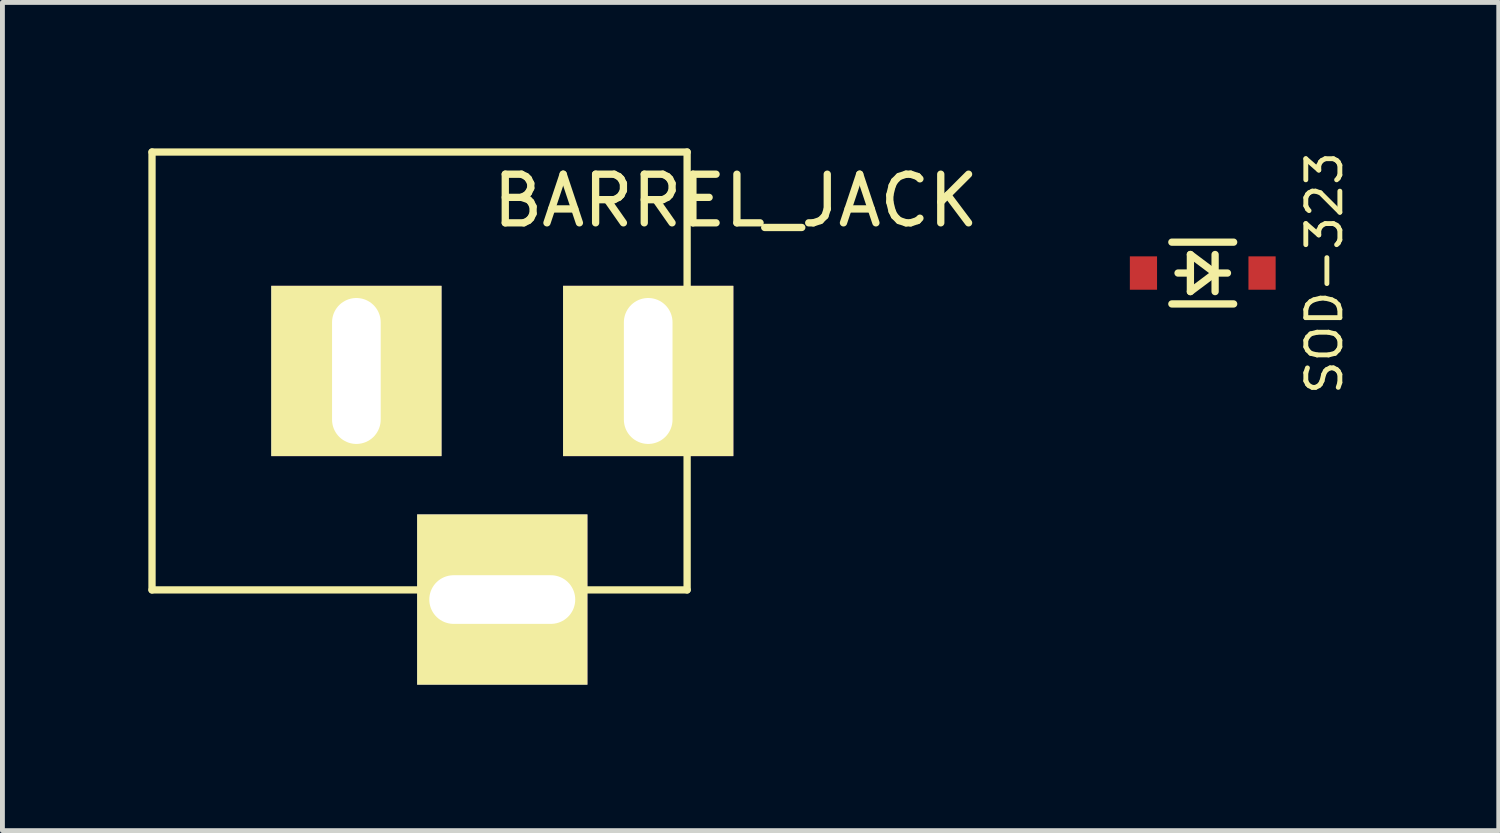
<source format=kicad_pcb>
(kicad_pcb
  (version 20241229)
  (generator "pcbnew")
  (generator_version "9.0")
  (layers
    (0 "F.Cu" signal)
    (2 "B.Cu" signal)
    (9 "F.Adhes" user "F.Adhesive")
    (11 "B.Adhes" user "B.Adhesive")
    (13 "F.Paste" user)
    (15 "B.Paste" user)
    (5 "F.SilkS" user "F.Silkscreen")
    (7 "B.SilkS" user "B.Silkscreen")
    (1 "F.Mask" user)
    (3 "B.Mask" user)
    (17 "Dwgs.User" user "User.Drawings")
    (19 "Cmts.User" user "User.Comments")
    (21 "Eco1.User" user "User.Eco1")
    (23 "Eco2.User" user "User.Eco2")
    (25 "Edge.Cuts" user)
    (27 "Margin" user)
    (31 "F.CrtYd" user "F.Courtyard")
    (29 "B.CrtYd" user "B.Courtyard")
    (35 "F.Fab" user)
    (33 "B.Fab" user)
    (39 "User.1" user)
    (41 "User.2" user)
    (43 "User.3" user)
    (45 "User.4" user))
  (footprint "BARREL_JACK"
    (layer "F.Cu")
    (at 4.075 4.576)
    (property "Reference" "BARREL_JACK" (at 8 -3.5 0) (layer "F.SilkS") (effects (font (size 1 1) (thickness 0.15))))
    (attr through_hole)
    (fp_line (start -4 -4.501) (end -4 4.501) (stroke (width 0.15) (type solid)) (layer "F.SilkS"))
    (fp_line (start -4 4.501) (end 7 4.501) (stroke (width 0.15) (type solid)) (layer "F.SilkS"))
    (fp_line (start 7 -4.501) (end -4 -4.501) (stroke (width 0.15) (type solid)) (layer "F.SilkS"))
    (fp_line (start 7 4.501) (end 7 -4.501) (stroke (width 0.15) (type solid)) (layer "F.SilkS"))
    (pad "1" thru_hole rect (at 6.2 0) (size 3.5 3.5) (drill oval 1 3) (layers "*.Cu" "*.Mask" "F.SilkS"))
    (pad "2" thru_hole rect (at 0.201 0) (size 3.5 3.5) (drill oval 1 3) (layers "*.Cu" "*.Mask" "F.SilkS"))
    (pad "3" thru_hole rect (at 3.2 4.699) (size 3.5 3.5) (drill oval 3 1) (layers "*.Cu" "*.Mask" "F.SilkS")))
  (footprint "SOD-323"
    (layer "F.Cu")
    (at 21.675 2.563)
    (property "Reference" "SOD-323" (at 2.5 0 270) (layer "F.SilkS") (effects (font (size 0.7 0.7) (thickness 0.1))))
    (attr through_hole)
    (fp_line (start -0.635 -0.635) (end 0.635 -0.635) (stroke (width 0.15) (type solid)) (layer "F.SilkS"))
    (fp_line (start -0.635 0.635) (end 0.635 0.635) (stroke (width 0.15) (type solid)) (layer "F.SilkS"))
    (fp_line (start -0.254 -0.381) (end 0.254 0) (stroke (width 0.15) (type solid)) (layer "F.SilkS"))
    (fp_line (start -0.254 0) (end -0.508 0) (stroke (width 0.15) (type solid)) (layer "F.SilkS"))
    (fp_line (start -0.254 0.381) (end -0.254 -0.381) (stroke (width 0.15) (type solid)) (layer "F.SilkS"))
    (fp_line (start 0.254 -0.381) (end 0.254 0.381) (stroke (width 0.15) (type solid)) (layer "F.SilkS"))
    (fp_line (start 0.254 0) (end -0.254 0.381) (stroke (width 0.15) (type solid)) (layer "F.SilkS"))
    (fp_line (start 0.254 0) (end 0.508 0) (stroke (width 0.15) (type solid)) (layer "F.SilkS"))
    (pad "1" smd rect (at 1.219 0) (size 0.559 0.686) (layers "F.Cu" "F.Mask" "F.Paste"))
    (pad "2" smd rect (at -1.219 0) (size 0.559 0.686) (layers "F.Cu" "F.Mask" "F.Paste")))
  (gr_rect
    (start -3 -3)
    (end 27.76 14.025)
    (stroke (width 0.1) (type default))
    (fill no)
    (layer "Edge.Cuts")))
</source>
